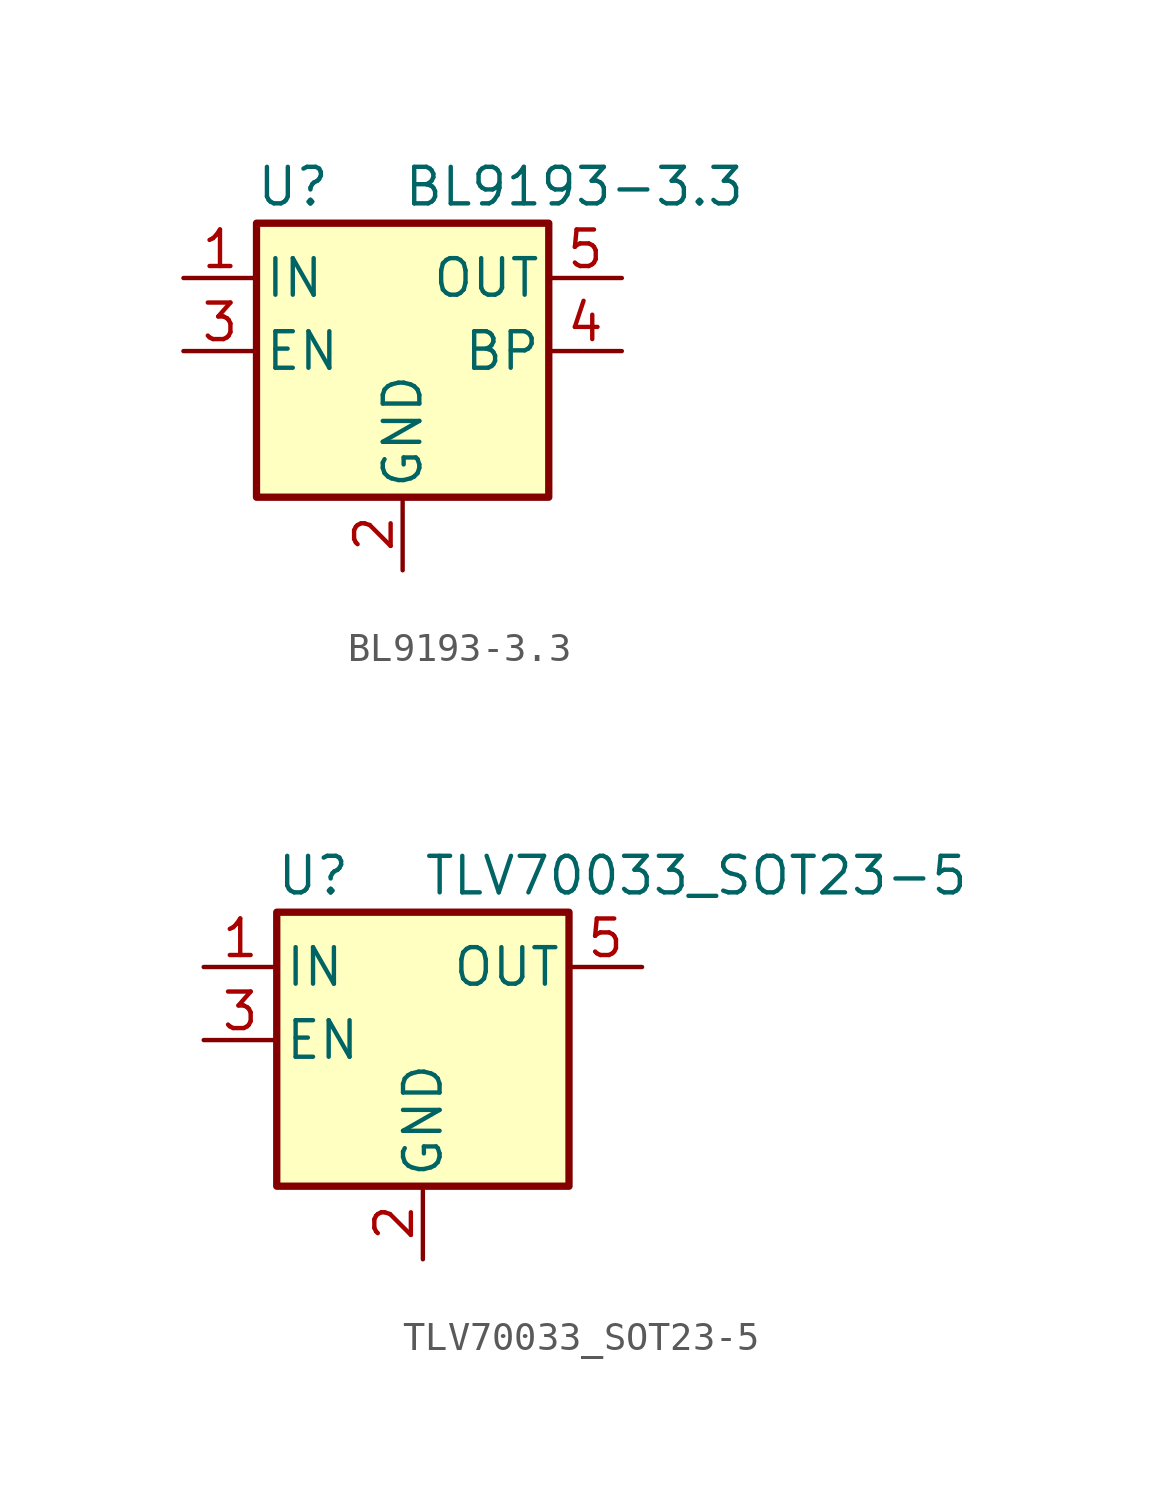
<source format=kicad_sym>
(kicad_symbol_lib
  (version 20220914)
  (generator kicad_symbol_editor)
  (symbol "BL9193-3.3"
    (pin_names
      (offset 0.254))
    (property "Reference" "U"
      (at -3.81 5.715 0)
      (effects (font (size 1.27 1.27))))
    (property "Value" "BL9193-3.3"
      (at 0 5.715 0)
      (effects (font (size 1.27 1.27)) (justify left)))
    (symbol "BL9193-3.3_0_1"
      (rectangle (start -5.08 4.445) (end 5.08 -5.08) (stroke (width 0.254) (type default)) (fill (type background))))
    (symbol "BL9193-3.3_1_1"
      (pin power_in line (at -7.62 2.54 0) (length 2.54) (name "IN" (effects (font (size 1.27 1.27)))) (number "1" (effects (font (size 1.27 1.27)))))
      (pin power_in line (at 0 -7.62 90) (length 2.54) (name "GND" (effects (font (size 1.27 1.27)))) (number "2" (effects (font (size 1.27 1.27)))))
      (pin input line (at -7.62 0 0) (length 2.54) (name "EN" (effects (font (size 1.27 1.27)))) (number "3" (effects (font (size 1.27 1.27)))))
      (pin input line (at 7.62 0 180) (length 2.54) (name "BP" (effects (font (size 1.27 1.27)))) (number "4" (effects (font (size 1.27 1.27)))))
      (pin power_out line (at 7.62 2.54 180) (length 2.54) (name "OUT" (effects (font (size 1.27 1.27)))) (number "5" (effects (font (size 1.27 1.27)))))))
  (symbol "TLV70033_SOT23-5"
    (pin_names
      (offset 0.254))
    (property "Reference" "U"
      (at -3.81 5.715 0)
      (effects (font (size 1.27 1.27))))
    (property "Value" "TLV70033_SOT23-5"
      (at 0 5.715 0)
      (effects (font (size 1.27 1.27)) (justify left)))
    (symbol "TLV70033_SOT23-5_0_1"
      (rectangle (start -5.08 4.445) (end 5.08 -5.08) (stroke (width 0.254) (type default)) (fill (type background))))
    (symbol "TLV70033_SOT23-5_1_1"
      (pin power_in line (at -7.62 2.54 0) (length 2.54) (name "IN" (effects (font (size 1.27 1.27)))) (number "1" (effects (font (size 1.27 1.27)))))
      (pin power_in line (at 0 -7.62 90) (length 2.54) (name "GND" (effects (font (size 1.27 1.27)))) (number "2" (effects (font (size 1.27 1.27)))))
      (pin input line (at -7.62 0 0) (length 2.54) (name "EN" (effects (font (size 1.27 1.27)))) (number "3" (effects (font (size 1.27 1.27)))))
      (pin no_connect line (at 5.08 0 180) (length 2.54) hide (name "NC" (effects (font (size 1.27 1.27)))) (number "4" (effects (font (size 1.27 1.27)))))
      (pin power_out line (at 7.62 2.54 180) (length 2.54) (name "OUT" (effects (font (size 1.27 1.27)))) (number "5" (effects (font (size 1.27 1.27))))))))
</source>
